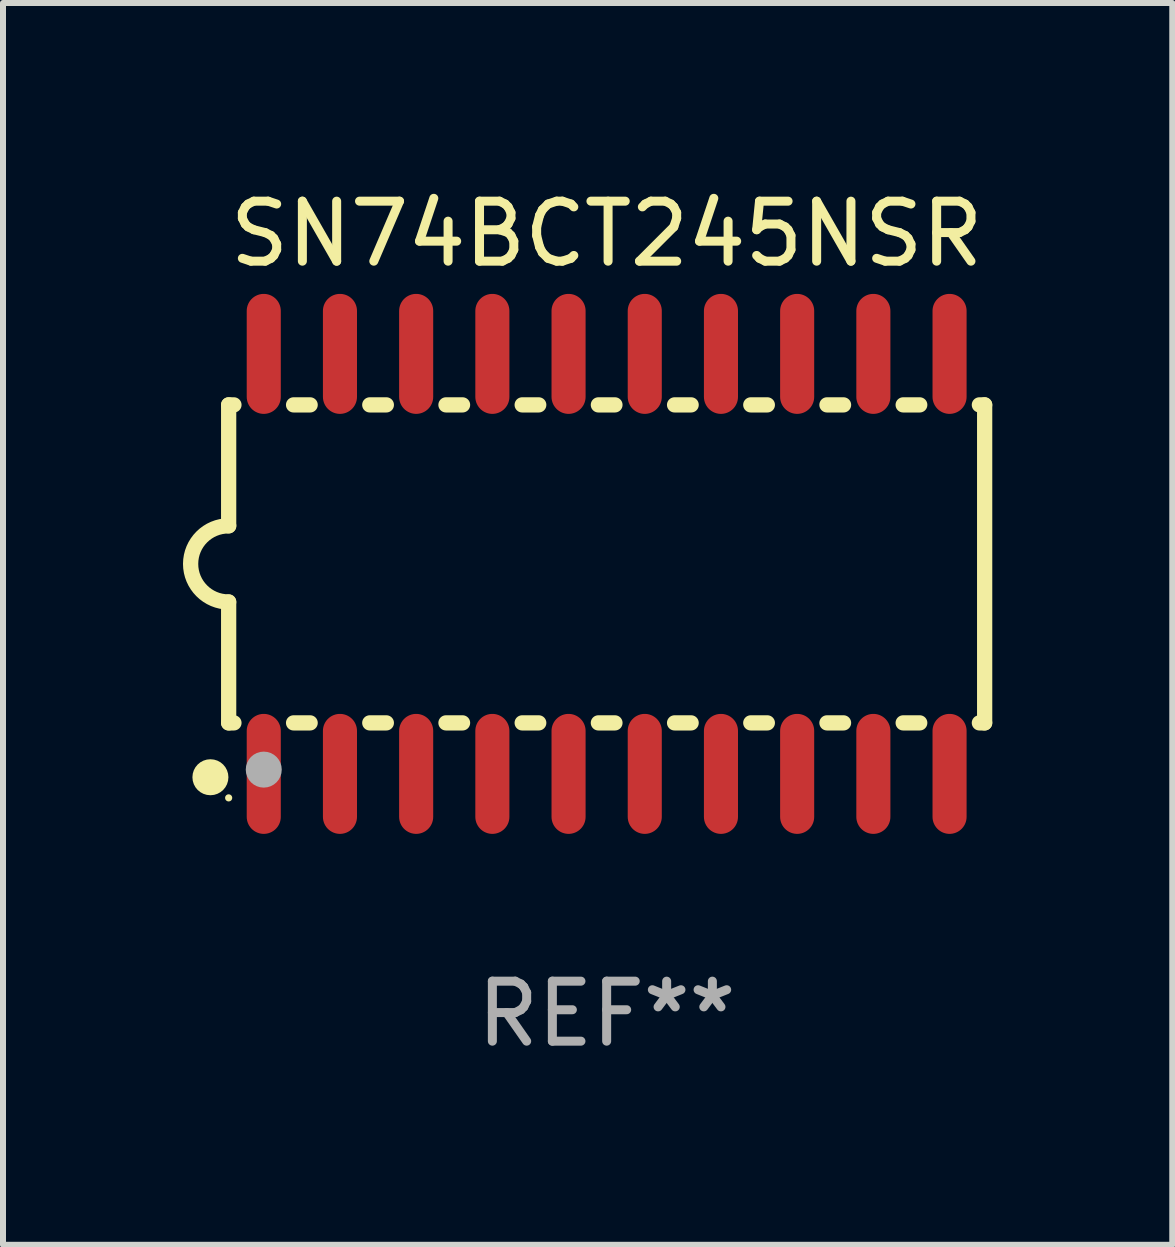
<source format=kicad_pcb>
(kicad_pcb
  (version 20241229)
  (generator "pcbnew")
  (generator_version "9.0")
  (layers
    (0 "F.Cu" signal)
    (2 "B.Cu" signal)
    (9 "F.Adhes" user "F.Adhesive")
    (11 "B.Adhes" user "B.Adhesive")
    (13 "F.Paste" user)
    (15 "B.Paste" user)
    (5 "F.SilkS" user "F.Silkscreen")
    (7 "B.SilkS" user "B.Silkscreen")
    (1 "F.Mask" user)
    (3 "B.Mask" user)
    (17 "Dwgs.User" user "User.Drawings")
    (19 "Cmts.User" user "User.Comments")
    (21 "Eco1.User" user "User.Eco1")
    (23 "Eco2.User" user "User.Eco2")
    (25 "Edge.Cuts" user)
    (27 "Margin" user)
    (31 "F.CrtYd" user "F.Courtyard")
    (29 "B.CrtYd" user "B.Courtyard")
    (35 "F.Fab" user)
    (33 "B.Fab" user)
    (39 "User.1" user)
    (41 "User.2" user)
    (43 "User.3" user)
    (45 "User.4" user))
  (footprint "SN74BCT245NSR"
    (layer "F.Cu")
    (at 7.061 6.348)
    (property "Reference" "SN74BCT245NSR" (at 0 -5.5 0) (layer "F.SilkS") (effects (font (size 1 1) (thickness 0.15))))
    (attr through_hole)
    (fp_line (start -6.3 -2.65) (end -6.3 -0.635) (stroke (width 0.254) (type solid)) (layer "F.SilkS"))
    (fp_line (start -6.3 -2.65) (end -6.212 -2.65) (stroke (width 0.254) (type solid)) (layer "F.SilkS"))
    (fp_line (start -6.3 2.65) (end -6.3 0.635) (stroke (width 0.254) (type solid)) (layer "F.SilkS"))
    (fp_line (start -6.3 2.65) (end -6.212 2.65) (stroke (width 0.254) (type solid)) (layer "F.SilkS"))
    (fp_line (start -5.218 -2.65) (end -4.942 -2.65) (stroke (width 0.254) (type solid)) (layer "F.SilkS"))
    (fp_line (start -5.218 2.65) (end -4.942 2.65) (stroke (width 0.254) (type solid)) (layer "F.SilkS"))
    (fp_line (start -3.948 -2.65) (end -3.672 -2.65) (stroke (width 0.254) (type solid)) (layer "F.SilkS"))
    (fp_line (start -3.948 2.65) (end -3.672 2.65) (stroke (width 0.254) (type solid)) (layer "F.SilkS"))
    (fp_line (start -2.678 -2.65) (end -2.402 -2.65) (stroke (width 0.254) (type solid)) (layer "F.SilkS"))
    (fp_line (start -2.678 2.65) (end -2.402 2.65) (stroke (width 0.254) (type solid)) (layer "F.SilkS"))
    (fp_line (start -1.408 -2.65) (end -1.132 -2.65) (stroke (width 0.254) (type solid)) (layer "F.SilkS"))
    (fp_line (start -1.408 2.65) (end -1.132 2.65) (stroke (width 0.254) (type solid)) (layer "F.SilkS"))
    (fp_line (start -0.138 -2.65) (end 0.138 -2.65) (stroke (width 0.254) (type solid)) (layer "F.SilkS"))
    (fp_line (start -0.138 2.65) (end 0.138 2.65) (stroke (width 0.254) (type solid)) (layer "F.SilkS"))
    (fp_line (start 1.132 -2.65) (end 1.408 -2.65) (stroke (width 0.254) (type solid)) (layer "F.SilkS"))
    (fp_line (start 1.132 2.65) (end 1.408 2.65) (stroke (width 0.254) (type solid)) (layer "F.SilkS"))
    (fp_line (start 2.402 -2.65) (end 2.678 -2.65) (stroke (width 0.254) (type solid)) (layer "F.SilkS"))
    (fp_line (start 2.402 2.65) (end 2.678 2.65) (stroke (width 0.254) (type solid)) (layer "F.SilkS"))
    (fp_line (start 3.672 -2.65) (end 3.948 -2.65) (stroke (width 0.254) (type solid)) (layer "F.SilkS"))
    (fp_line (start 3.672 2.65) (end 3.948 2.65) (stroke (width 0.254) (type solid)) (layer "F.SilkS"))
    (fp_line (start 4.942 -2.65) (end 5.218 -2.65) (stroke (width 0.254) (type solid)) (layer "F.SilkS"))
    (fp_line (start 4.942 2.65) (end 5.218 2.65) (stroke (width 0.254) (type solid)) (layer "F.SilkS"))
    (fp_line (start 6.212 -2.65) (end 6.3 -2.65) (stroke (width 0.254) (type solid)) (layer "F.SilkS"))
    (fp_line (start 6.212 2.65) (end 6.3 2.65) (stroke (width 0.254) (type solid)) (layer "F.SilkS"))
    (fp_line (start 6.3 -2.65) (end 6.3 2.65) (stroke (width 0.254) (type solid)) (layer "F.SilkS"))
    (fp_arc (start -6.299975 0.634874) (mid -6.933579 0.000127) (end -6.299213 -0.633858) (stroke (width 0.254001) (type solid)) (layer "F.SilkS"))
    (fp_circle (center -6.604 3.556) (end -6.454 3.556) (stroke (width 0.3) (type solid)) (fill no) (layer "F.SilkS"))
    (fp_circle (center -6.3 3.9) (end -6.27 3.9) (stroke (width 0.06) (type solid)) (fill no) (layer "F.SilkS"))
    (fp_circle (center -5.715 3.429) (end -5.565 3.429) (stroke (width 0.3) (type solid)) (fill no) (layer "F.Fab"))
    (fp_text user "REF**" (at 0 7.5 0) (layer "F.Fab") (effects (font (size 1 1) (thickness 0.15))))
    (pad "1" smd oval (at -5.715 3.5) (size 0.568 2) (layers "F.Cu" "F.Mask" "F.Paste"))
    (pad "2" smd oval (at -4.445 3.5) (size 0.568 2) (layers "F.Cu" "F.Mask" "F.Paste"))
    (pad "3" smd oval (at -3.175 3.5) (size 0.568 2) (layers "F.Cu" "F.Mask" "F.Paste"))
    (pad "4" smd oval (at -1.905 3.5) (size 0.568 2) (layers "F.Cu" "F.Mask" "F.Paste"))
    (pad "5" smd oval (at -0.635 3.5) (size 0.568 2) (layers "F.Cu" "F.Mask" "F.Paste"))
    (pad "6" smd oval (at 0.635 3.5) (size 0.568 2) (layers "F.Cu" "F.Mask" "F.Paste"))
    (pad "7" smd oval (at 1.905 3.5) (size 0.568 2) (layers "F.Cu" "F.Mask" "F.Paste"))
    (pad "8" smd oval (at 3.175 3.5) (size 0.568 2) (layers "F.Cu" "F.Mask" "F.Paste"))
    (pad "9" smd oval (at 4.445 3.5) (size 0.568 2) (layers "F.Cu" "F.Mask" "F.Paste"))
    (pad "10" smd oval (at 5.715 3.5) (size 0.568 2) (layers "F.Cu" "F.Mask" "F.Paste"))
    (pad "11" smd oval (at 5.715 -3.5) (size 0.568 2) (layers "F.Cu" "F.Mask" "F.Paste"))
    (pad "12" smd oval (at 4.445 -3.5) (size 0.568 2) (layers "F.Cu" "F.Mask" "F.Paste"))
    (pad "13" smd oval (at 3.175 -3.5) (size 0.568 2) (layers "F.Cu" "F.Mask" "F.Paste"))
    (pad "14" smd oval (at 1.905 -3.5) (size 0.568 2) (layers "F.Cu" "F.Mask" "F.Paste"))
    (pad "15" smd oval (at 0.635 -3.5) (size 0.568 2) (layers "F.Cu" "F.Mask" "F.Paste"))
    (pad "16" smd oval (at -0.635 -3.5) (size 0.568 2) (layers "F.Cu" "F.Mask" "F.Paste"))
    (pad "17" smd oval (at -1.905 -3.5) (size 0.568 2) (layers "F.Cu" "F.Mask" "F.Paste"))
    (pad "18" smd oval (at -3.175 -3.5) (size 0.568 2) (layers "F.Cu" "F.Mask" "F.Paste"))
    (pad "19" smd oval (at -4.445 -3.5) (size 0.568 2) (layers "F.Cu" "F.Mask" "F.Paste"))
    (pad "20" smd oval (at -5.715 -3.5) (size 0.568 2) (layers "F.Cu" "F.Mask" "F.Paste")))
  (gr_rect
    (start -3 -3)
    (end 16.488 17.697)
    (stroke (width 0.1) (type default))
    (fill no)
    (layer "Edge.Cuts")))
</source>
